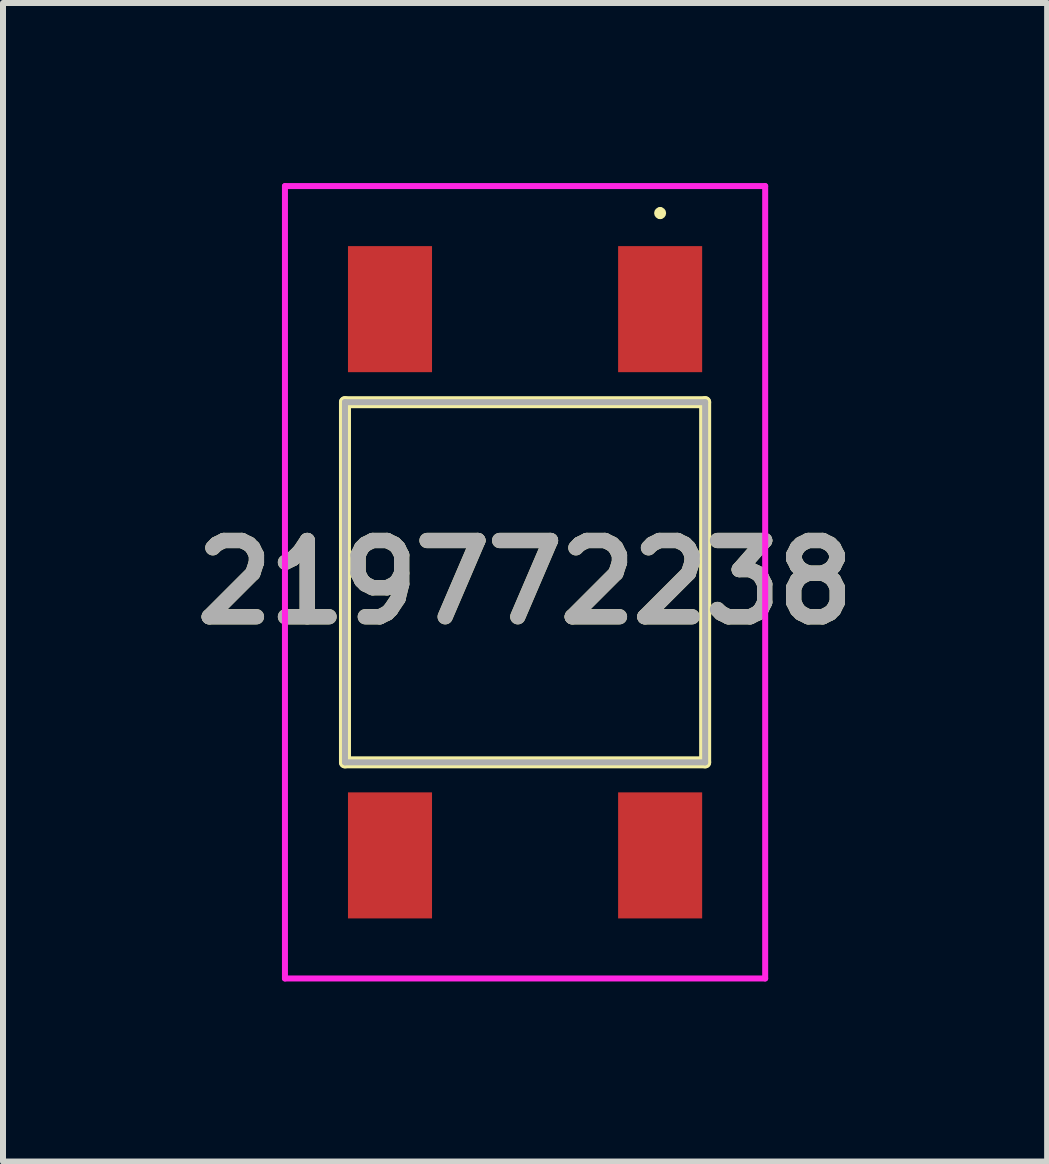
<source format=kicad_pcb>
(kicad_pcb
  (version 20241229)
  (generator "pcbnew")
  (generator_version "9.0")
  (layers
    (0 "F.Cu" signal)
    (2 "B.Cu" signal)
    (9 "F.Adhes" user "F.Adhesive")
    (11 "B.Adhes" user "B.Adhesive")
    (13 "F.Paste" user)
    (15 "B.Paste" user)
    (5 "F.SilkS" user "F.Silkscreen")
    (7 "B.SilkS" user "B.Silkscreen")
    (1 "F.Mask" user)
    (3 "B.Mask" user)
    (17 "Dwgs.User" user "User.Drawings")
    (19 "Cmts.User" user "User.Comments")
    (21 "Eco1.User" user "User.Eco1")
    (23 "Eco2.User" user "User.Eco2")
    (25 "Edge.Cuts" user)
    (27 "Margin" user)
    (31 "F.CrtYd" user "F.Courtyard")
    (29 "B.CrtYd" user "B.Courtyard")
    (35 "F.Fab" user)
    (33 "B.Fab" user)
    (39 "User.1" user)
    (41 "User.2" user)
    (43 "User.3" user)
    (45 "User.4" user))
  (footprint "219772238"
    (layer "F.Cu")
    (at 5.697 6.65)
    (property "Reference" "219772238" (at 0 0 0) (layer "F.SilkS") (effects (font (size 1.27 1.27) (thickness 0.254))))
    (attr smd)
    (fp_line (start -3 -3) (end 3 -3) (stroke (width 0.2) (type solid)) (layer "F.SilkS"))
    (fp_line (start -3 3) (end -3 -3) (stroke (width 0.2) (type solid)) (layer "F.SilkS"))
    (fp_line (start 2.25 -6.2) (end 2.25 -6.2) (stroke (width 0.1) (type solid)) (layer "F.SilkS"))
    (fp_line (start 2.25 -6.1) (end 2.25 -6.1) (stroke (width 0.1) (type solid)) (layer "F.SilkS"))
    (fp_line (start 3 -3) (end 3 3) (stroke (width 0.2) (type solid)) (layer "F.SilkS"))
    (fp_line (start 3 3) (end -3 3) (stroke (width 0.2) (type solid)) (layer "F.SilkS"))
    (fp_arc (start 2.25 -6.2) (mid 2.3 -6.15) (end 2.25 -6.1) (stroke (width 0.1) (type solid)) (layer "F.SilkS"))
    (fp_arc (start 2.25 -6.1) (mid 2.2 -6.15) (end 2.25 -6.2) (stroke (width 0.1) (type solid)) (layer "F.SilkS"))
    (fp_line (start -4 -6.6) (end 4 -6.6) (stroke (width 0.1) (type solid)) (layer "F.CrtYd"))
    (fp_line (start -4 6.6) (end -4 -6.6) (stroke (width 0.1) (type solid)) (layer "F.CrtYd"))
    (fp_line (start 4 -6.6) (end 4 6.6) (stroke (width 0.1) (type solid)) (layer "F.CrtYd"))
    (fp_line (start 4 6.6) (end -4 6.6) (stroke (width 0.1) (type solid)) (layer "F.CrtYd"))
    (fp_line (start -3 -3) (end 3 -3) (stroke (width 0.1) (type solid)) (layer "F.Fab"))
    (fp_line (start -3 3) (end -3 -3) (stroke (width 0.1) (type solid)) (layer "F.Fab"))
    (fp_line (start 3 -3) (end 3 3) (stroke (width 0.1) (type solid)) (layer "F.Fab"))
    (fp_line (start 3 3) (end -3 3) (stroke (width 0.1) (type solid)) (layer "F.Fab"))
    (fp_text user "${REFERENCE}" (at 0 0 0) (layer "F.Fab") (effects (font (size 1.27 1.27) (thickness 0.254))))
    (pad "1" smd rect (at 2.25 -4.55) (size 1.4 2.1) (layers "F.Cu" "F.Mask" "F.Paste"))
    (pad "2" smd rect (at 2.25 4.55) (size 1.4 2.1) (layers "F.Cu" "F.Mask" "F.Paste"))
    (pad "3" smd rect (at -2.25 -4.55) (size 1.4 2.1) (layers "F.Cu" "F.Mask" "F.Paste"))
    (pad "4" smd rect (at -2.25 4.55) (size 1.4 2.1) (layers "F.Cu" "F.Mask" "F.Paste")))
  (gr_rect
    (start -3 -3)
    (end 14.394 16.3)
    (stroke (width 0.1) (type default))
    (fill no)
    (layer "Edge.Cuts")))
</source>
